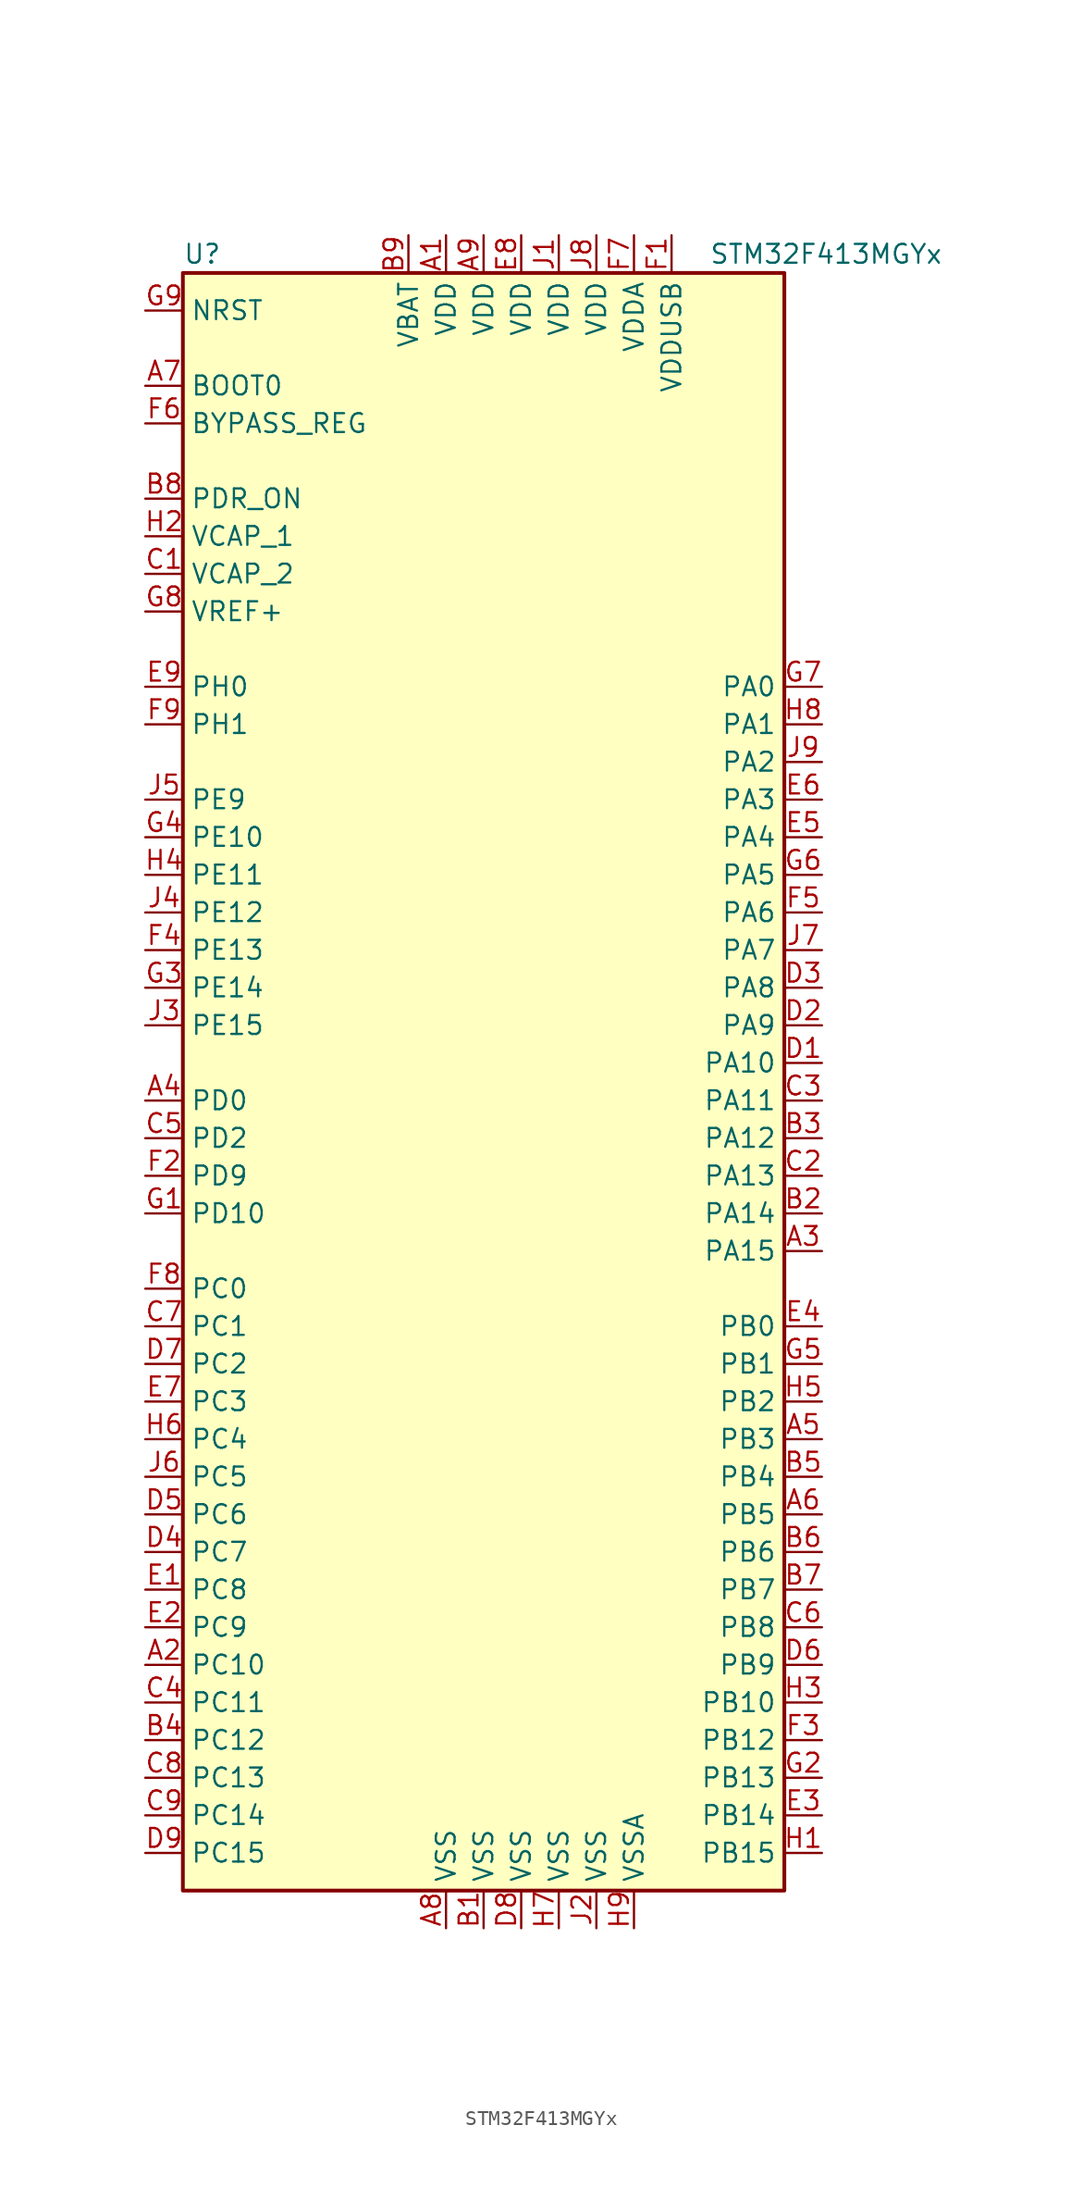
<source format=kicad_sym>
(kicad_symbol_lib
  (version 20201005)
  (generator kicad_symbol_editor)
  (symbol "STM32F413MGYx"
    (property "Reference" "U"
      (at -20.32 54.61 0)
      (effects (font (size 1.27 1.27)) (justify left)))
    (property "Value" "STM32F413MGYx"
      (at 15.24 54.61 0)
      (effects (font (size 1.27 1.27)) (justify left)))
    (symbol "STM32F413MGYx_0_1"
      (rectangle (start -20.32 -55.88) (end 20.32 53.34) (stroke (width 0.254)) (fill (type background))))
    (symbol "STM32F413MGYx_1_1"
      (pin input line (at -22.86 45.72 0) (length 2.54) (name "BOOT0" (effects (font (size 1.27 1.27)))) (number "A7" (effects (font (size 1.27 1.27)))))
      (pin input line (at -22.86 43.18 0) (length 2.54) (name "BYPASS_REG" (effects (font (size 1.27 1.27)))) (number "F6" (effects (font (size 1.27 1.27)))))
      (pin input line (at -22.86 50.8 0) (length 2.54) (name "NRST" (effects (font (size 1.27 1.27)))) (number "G9" (effects (font (size 1.27 1.27)))))
      (pin bidirectional line (at 22.86 25.4 180) (length 2.54) (name "PA0" (effects (font (size 1.27 1.27)))) (number "G7" (effects (font (size 1.27 1.27)))))
      (pin bidirectional line (at 22.86 22.86 180) (length 2.54) (name "PA1" (effects (font (size 1.27 1.27)))) (number "H8" (effects (font (size 1.27 1.27)))))
      (pin bidirectional line (at 22.86 0 180) (length 2.54) (name "PA10" (effects (font (size 1.27 1.27)))) (number "D1" (effects (font (size 1.27 1.27)))))
      (pin bidirectional line (at 22.86 -2.54 180) (length 2.54) (name "PA11" (effects (font (size 1.27 1.27)))) (number "C3" (effects (font (size 1.27 1.27)))))
      (pin bidirectional line (at 22.86 -5.08 180) (length 2.54) (name "PA12" (effects (font (size 1.27 1.27)))) (number "B3" (effects (font (size 1.27 1.27)))))
      (pin bidirectional line (at 22.86 -7.62 180) (length 2.54) (name "PA13" (effects (font (size 1.27 1.27)))) (number "C2" (effects (font (size 1.27 1.27)))))
      (pin bidirectional line (at 22.86 -10.16 180) (length 2.54) (name "PA14" (effects (font (size 1.27 1.27)))) (number "B2" (effects (font (size 1.27 1.27)))))
      (pin bidirectional line (at 22.86 -12.7 180) (length 2.54) (name "PA15" (effects (font (size 1.27 1.27)))) (number "A3" (effects (font (size 1.27 1.27)))))
      (pin bidirectional line (at 22.86 20.32 180) (length 2.54) (name "PA2" (effects (font (size 1.27 1.27)))) (number "J9" (effects (font (size 1.27 1.27)))))
      (pin bidirectional line (at 22.86 17.78 180) (length 2.54) (name "PA3" (effects (font (size 1.27 1.27)))) (number "E6" (effects (font (size 1.27 1.27)))))
      (pin bidirectional line (at 22.86 15.24 180) (length 2.54) (name "PA4" (effects (font (size 1.27 1.27)))) (number "E5" (effects (font (size 1.27 1.27)))))
      (pin bidirectional line (at 22.86 12.7 180) (length 2.54) (name "PA5" (effects (font (size 1.27 1.27)))) (number "G6" (effects (font (size 1.27 1.27)))))
      (pin bidirectional line (at 22.86 10.16 180) (length 2.54) (name "PA6" (effects (font (size 1.27 1.27)))) (number "F5" (effects (font (size 1.27 1.27)))))
      (pin bidirectional line (at 22.86 7.62 180) (length 2.54) (name "PA7" (effects (font (size 1.27 1.27)))) (number "J7" (effects (font (size 1.27 1.27)))))
      (pin bidirectional line (at 22.86 5.08 180) (length 2.54) (name "PA8" (effects (font (size 1.27 1.27)))) (number "D3" (effects (font (size 1.27 1.27)))))
      (pin bidirectional line (at 22.86 2.54 180) (length 2.54) (name "PA9" (effects (font (size 1.27 1.27)))) (number "D2" (effects (font (size 1.27 1.27)))))
      (pin bidirectional line (at 22.86 -17.78 180) (length 2.54) (name "PB0" (effects (font (size 1.27 1.27)))) (number "E4" (effects (font (size 1.27 1.27)))))
      (pin bidirectional line (at 22.86 -20.32 180) (length 2.54) (name "PB1" (effects (font (size 1.27 1.27)))) (number "G5" (effects (font (size 1.27 1.27)))))
      (pin bidirectional line (at 22.86 -43.18 180) (length 2.54) (name "PB10" (effects (font (size 1.27 1.27)))) (number "H3" (effects (font (size 1.27 1.27)))))
      (pin bidirectional line (at 22.86 -45.72 180) (length 2.54) (name "PB12" (effects (font (size 1.27 1.27)))) (number "F3" (effects (font (size 1.27 1.27)))))
      (pin bidirectional line (at 22.86 -48.26 180) (length 2.54) (name "PB13" (effects (font (size 1.27 1.27)))) (number "G2" (effects (font (size 1.27 1.27)))))
      (pin bidirectional line (at 22.86 -50.8 180) (length 2.54) (name "PB14" (effects (font (size 1.27 1.27)))) (number "E3" (effects (font (size 1.27 1.27)))))
      (pin bidirectional line (at 22.86 -53.34 180) (length 2.54) (name "PB15" (effects (font (size 1.27 1.27)))) (number "H1" (effects (font (size 1.27 1.27)))))
      (pin bidirectional line (at 22.86 -22.86 180) (length 2.54) (name "PB2" (effects (font (size 1.27 1.27)))) (number "H5" (effects (font (size 1.27 1.27)))))
      (pin bidirectional line (at 22.86 -25.4 180) (length 2.54) (name "PB3" (effects (font (size 1.27 1.27)))) (number "A5" (effects (font (size 1.27 1.27)))))
      (pin bidirectional line (at 22.86 -27.94 180) (length 2.54) (name "PB4" (effects (font (size 1.27 1.27)))) (number "B5" (effects (font (size 1.27 1.27)))))
      (pin bidirectional line (at 22.86 -30.48 180) (length 2.54) (name "PB5" (effects (font (size 1.27 1.27)))) (number "A6" (effects (font (size 1.27 1.27)))))
      (pin bidirectional line (at 22.86 -33.02 180) (length 2.54) (name "PB6" (effects (font (size 1.27 1.27)))) (number "B6" (effects (font (size 1.27 1.27)))))
      (pin bidirectional line (at 22.86 -35.56 180) (length 2.54) (name "PB7" (effects (font (size 1.27 1.27)))) (number "B7" (effects (font (size 1.27 1.27)))))
      (pin bidirectional line (at 22.86 -38.1 180) (length 2.54) (name "PB8" (effects (font (size 1.27 1.27)))) (number "C6" (effects (font (size 1.27 1.27)))))
      (pin bidirectional line (at 22.86 -40.64 180) (length 2.54) (name "PB9" (effects (font (size 1.27 1.27)))) (number "D6" (effects (font (size 1.27 1.27)))))
      (pin bidirectional line (at -22.86 -15.24 0) (length 2.54) (name "PC0" (effects (font (size 1.27 1.27)))) (number "F8" (effects (font (size 1.27 1.27)))))
      (pin bidirectional line (at -22.86 -17.78 0) (length 2.54) (name "PC1" (effects (font (size 1.27 1.27)))) (number "C7" (effects (font (size 1.27 1.27)))))
      (pin bidirectional line (at -22.86 -40.64 0) (length 2.54) (name "PC10" (effects (font (size 1.27 1.27)))) (number "A2" (effects (font (size 1.27 1.27)))))
      (pin bidirectional line (at -22.86 -43.18 0) (length 2.54) (name "PC11" (effects (font (size 1.27 1.27)))) (number "C4" (effects (font (size 1.27 1.27)))))
      (pin bidirectional line (at -22.86 -45.72 0) (length 2.54) (name "PC12" (effects (font (size 1.27 1.27)))) (number "B4" (effects (font (size 1.27 1.27)))))
      (pin bidirectional line (at -22.86 -48.26 0) (length 2.54) (name "PC13" (effects (font (size 1.27 1.27)))) (number "C8" (effects (font (size 1.27 1.27)))))
      (pin bidirectional line (at -22.86 -50.8 0) (length 2.54) (name "PC14" (effects (font (size 1.27 1.27)))) (number "C9" (effects (font (size 1.27 1.27)))))
      (pin bidirectional line (at -22.86 -53.34 0) (length 2.54) (name "PC15" (effects (font (size 1.27 1.27)))) (number "D9" (effects (font (size 1.27 1.27)))))
      (pin bidirectional line (at -22.86 -20.32 0) (length 2.54) (name "PC2" (effects (font (size 1.27 1.27)))) (number "D7" (effects (font (size 1.27 1.27)))))
      (pin bidirectional line (at -22.86 -22.86 0) (length 2.54) (name "PC3" (effects (font (size 1.27 1.27)))) (number "E7" (effects (font (size 1.27 1.27)))))
      (pin bidirectional line (at -22.86 -25.4 0) (length 2.54) (name "PC4" (effects (font (size 1.27 1.27)))) (number "H6" (effects (font (size 1.27 1.27)))))
      (pin bidirectional line (at -22.86 -27.94 0) (length 2.54) (name "PC5" (effects (font (size 1.27 1.27)))) (number "J6" (effects (font (size 1.27 1.27)))))
      (pin bidirectional line (at -22.86 -30.48 0) (length 2.54) (name "PC6" (effects (font (size 1.27 1.27)))) (number "D5" (effects (font (size 1.27 1.27)))))
      (pin bidirectional line (at -22.86 -33.02 0) (length 2.54) (name "PC7" (effects (font (size 1.27 1.27)))) (number "D4" (effects (font (size 1.27 1.27)))))
      (pin bidirectional line (at -22.86 -35.56 0) (length 2.54) (name "PC8" (effects (font (size 1.27 1.27)))) (number "E1" (effects (font (size 1.27 1.27)))))
      (pin bidirectional line (at -22.86 -38.1 0) (length 2.54) (name "PC9" (effects (font (size 1.27 1.27)))) (number "E2" (effects (font (size 1.27 1.27)))))
      (pin bidirectional line (at -22.86 -2.54 0) (length 2.54) (name "PD0" (effects (font (size 1.27 1.27)))) (number "A4" (effects (font (size 1.27 1.27)))))
      (pin bidirectional line (at -22.86 -10.16 0) (length 2.54) (name "PD10" (effects (font (size 1.27 1.27)))) (number "G1" (effects (font (size 1.27 1.27)))))
      (pin bidirectional line (at -22.86 -5.08 0) (length 2.54) (name "PD2" (effects (font (size 1.27 1.27)))) (number "C5" (effects (font (size 1.27 1.27)))))
      (pin bidirectional line (at -22.86 -7.62 0) (length 2.54) (name "PD9" (effects (font (size 1.27 1.27)))) (number "F2" (effects (font (size 1.27 1.27)))))
      (pin power_in line (at -22.86 38.1 0) (length 2.54) (name "PDR_ON" (effects (font (size 1.27 1.27)))) (number "B8" (effects (font (size 1.27 1.27)))))
      (pin bidirectional line (at -22.86 15.24 0) (length 2.54) (name "PE10" (effects (font (size 1.27 1.27)))) (number "G4" (effects (font (size 1.27 1.27)))))
      (pin bidirectional line (at -22.86 12.7 0) (length 2.54) (name "PE11" (effects (font (size 1.27 1.27)))) (number "H4" (effects (font (size 1.27 1.27)))))
      (pin bidirectional line (at -22.86 10.16 0) (length 2.54) (name "PE12" (effects (font (size 1.27 1.27)))) (number "J4" (effects (font (size 1.27 1.27)))))
      (pin bidirectional line (at -22.86 7.62 0) (length 2.54) (name "PE13" (effects (font (size 1.27 1.27)))) (number "F4" (effects (font (size 1.27 1.27)))))
      (pin bidirectional line (at -22.86 5.08 0) (length 2.54) (name "PE14" (effects (font (size 1.27 1.27)))) (number "G3" (effects (font (size 1.27 1.27)))))
      (pin bidirectional line (at -22.86 2.54 0) (length 2.54) (name "PE15" (effects (font (size 1.27 1.27)))) (number "J3" (effects (font (size 1.27 1.27)))))
      (pin bidirectional line (at -22.86 17.78 0) (length 2.54) (name "PE9" (effects (font (size 1.27 1.27)))) (number "J5" (effects (font (size 1.27 1.27)))))
      (pin input line (at -22.86 25.4 0) (length 2.54) (name "PH0" (effects (font (size 1.27 1.27)))) (number "E9" (effects (font (size 1.27 1.27)))))
      (pin input line (at -22.86 22.86 0) (length 2.54) (name "PH1" (effects (font (size 1.27 1.27)))) (number "F9" (effects (font (size 1.27 1.27)))))
      (pin power_in line (at -5.08 55.88 270) (length 2.54) (name "VBAT" (effects (font (size 1.27 1.27)))) (number "B9" (effects (font (size 1.27 1.27)))))
      (pin power_in line (at -22.86 35.56 0) (length 2.54) (name "VCAP_1" (effects (font (size 1.27 1.27)))) (number "H2" (effects (font (size 1.27 1.27)))))
      (pin power_in line (at -22.86 33.02 0) (length 2.54) (name "VCAP_2" (effects (font (size 1.27 1.27)))) (number "C1" (effects (font (size 1.27 1.27)))))
      (pin power_in line (at -2.54 55.88 270) (length 2.54) (name "VDD" (effects (font (size 1.27 1.27)))) (number "A1" (effects (font (size 1.27 1.27)))))
      (pin power_in line (at 0 55.88 270) (length 2.54) (name "VDD" (effects (font (size 1.27 1.27)))) (number "A9" (effects (font (size 1.27 1.27)))))
      (pin power_in line (at 2.54 55.88 270) (length 2.54) (name "VDD" (effects (font (size 1.27 1.27)))) (number "E8" (effects (font (size 1.27 1.27)))))
      (pin power_in line (at 5.08 55.88 270) (length 2.54) (name "VDD" (effects (font (size 1.27 1.27)))) (number "J1" (effects (font (size 1.27 1.27)))))
      (pin power_in line (at 7.62 55.88 270) (length 2.54) (name "VDD" (effects (font (size 1.27 1.27)))) (number "J8" (effects (font (size 1.27 1.27)))))
      (pin power_in line (at 10.16 55.88 270) (length 2.54) (name "VDDA" (effects (font (size 1.27 1.27)))) (number "F7" (effects (font (size 1.27 1.27)))))
      (pin power_in line (at 12.7 55.88 270) (length 2.54) (name "VDDUSB" (effects (font (size 1.27 1.27)))) (number "F1" (effects (font (size 1.27 1.27)))))
      (pin power_in line (at -22.86 30.48 0) (length 2.54) (name "VREF+" (effects (font (size 1.27 1.27)))) (number "G8" (effects (font (size 1.27 1.27)))))
      (pin power_in line (at -2.54 -58.42 90) (length 2.54) (name "VSS" (effects (font (size 1.27 1.27)))) (number "A8" (effects (font (size 1.27 1.27)))))
      (pin power_in line (at 0 -58.42 90) (length 2.54) (name "VSS" (effects (font (size 1.27 1.27)))) (number "B1" (effects (font (size 1.27 1.27)))))
      (pin power_in line (at 2.54 -58.42 90) (length 2.54) (name "VSS" (effects (font (size 1.27 1.27)))) (number "D8" (effects (font (size 1.27 1.27)))))
      (pin power_in line (at 5.08 -58.42 90) (length 2.54) (name "VSS" (effects (font (size 1.27 1.27)))) (number "H7" (effects (font (size 1.27 1.27)))))
      (pin power_in line (at 7.62 -58.42 90) (length 2.54) (name "VSS" (effects (font (size 1.27 1.27)))) (number "J2" (effects (font (size 1.27 1.27)))))
      (pin power_in line (at 10.16 -58.42 90) (length 2.54) (name "VSSA" (effects (font (size 1.27 1.27)))) (number "H9" (effects (font (size 1.27 1.27))))))))
</source>
